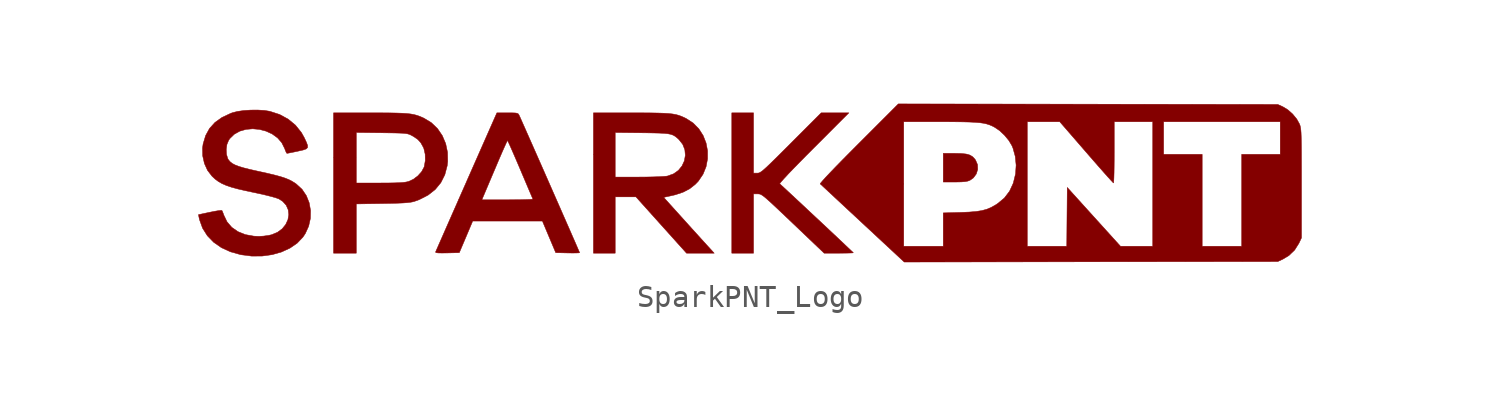
<source format=kicad_sym>
(kicad_symbol_lib
  (version 20241209)
  (generator "kicad_symbol_editor")
  (generator_version "9.0")
  (symbol "SparkPNT_Logo"
    (pin_names
      (offset 1.016))
    (property "Reference" "G"
      (at 0 4.445 0)
      (effects (font (size 1.27 1.27)) (hide yes)))
    (symbol "SparkPNT_Logo_0_0"
      (polyline (pts (xy -22.098 -3.311) (xy -21.642 -3.248) (xy -21.218 -3.127) (xy -20.836 -2.952) (xy -20.509 -2.727) (xy -20.248 -2.453) (xy -20.14 -2.291) (xy -19.988 -1.957) (xy -19.909 -1.604) (xy -19.902 -1.247) (xy -19.964 -0.898) (xy -20.094 -0.573) (xy -20.29 -0.283) (xy -20.551 -0.044) (xy -20.596 -0.013) (xy -20.733 0.074) (xy -20.881 0.151) (xy -21.05 0.22) (xy -21.255 0.287) (xy -21.509 0.356) (xy -21.825 0.432) (xy -22.216 0.519) (xy -22.259 0.528) (xy -22.629 0.611) (xy -22.922 0.684) (xy -23.149 0.752) (xy -23.322 0.818) (xy -23.451 0.886) (xy -23.546 0.961) (xy -23.619 1.045) (xy -23.656 1.108) (xy -23.713 1.301) (xy -23.725 1.525) (xy -23.694 1.747) (xy -23.617 1.934) (xy -23.561 2.016) (xy -23.358 2.213) (xy -23.108 2.351) (xy -22.826 2.431) (xy -22.524 2.457) (xy -22.217 2.429) (xy -21.918 2.35) (xy -21.641 2.222) (xy -21.398 2.046) (xy -21.206 1.825) (xy -21.075 1.562) (xy -21.046 1.482) (xy -21.003 1.382) (xy -20.973 1.343) (xy -20.941 1.348) (xy -20.835 1.368) (xy -20.676 1.4) (xy -20.483 1.44) (xy -20.441 1.45) (xy -20.233 1.497) (xy -20.101 1.544) (xy -20.038 1.607) (xy -20.037 1.703) (xy -20.09 1.847) (xy -20.188 2.056) (xy -20.317 2.287) (xy -20.584 2.62) (xy -20.915 2.894) (xy -21.305 3.106) (xy -21.752 3.251) (xy -21.996 3.29) (xy -22.295 3.308) (xy -22.617 3.306) (xy -22.934 3.285) (xy -23.218 3.244) (xy -23.442 3.187) (xy -23.524 3.157) (xy -23.919 2.971) (xy -24.236 2.745) (xy -24.481 2.474) (xy -24.658 2.152) (xy -24.772 1.775) (xy -24.799 1.587) (xy -24.792 1.231) (xy -24.714 0.886) (xy -24.572 0.572) (xy -24.369 0.309) (xy -24.361 0.301) (xy -24.223 0.174) (xy -24.079 0.067) (xy -23.915 -0.027) (xy -23.721 -0.111) (xy -23.485 -0.191) (xy -23.195 -0.27) (xy -22.84 -0.352) (xy -22.408 -0.443) (xy -22.166 -0.495) (xy -21.883 -0.561) (xy -21.638 -0.624) (xy -21.45 -0.68) (xy -21.333 -0.724) (xy -21.165 -0.832) (xy -21.006 -1.009) (xy -20.915 -1.216) (xy -20.89 -1.439) (xy -20.929 -1.665) (xy -21.029 -1.881) (xy -21.186 -2.075) (xy -21.399 -2.233) (xy -21.665 -2.344) (xy -21.809 -2.376) (xy -22.034 -2.407) (xy -22.247 -2.419) (xy -22.472 -2.409) (xy -22.858 -2.339) (xy -23.193 -2.205) (xy -23.472 -2.011) (xy -23.688 -1.76) (xy -23.835 -1.456) (xy -23.849 -1.414) (xy -23.891 -1.304) (xy -23.92 -1.246) (xy -23.968 -1.242) (xy -24.086 -1.255) (xy -24.256 -1.283) (xy -24.459 -1.324) (xy -24.657 -1.365) (xy -24.823 -1.401) (xy -24.937 -1.425) (xy -24.981 -1.433) (xy -24.981 -1.441) (xy -24.969 -1.509) (xy -24.945 -1.624) (xy -24.935 -1.666) (xy -24.797 -2.048) (xy -24.582 -2.389) (xy -24.297 -2.684) (xy -23.946 -2.929) (xy -23.535 -3.118) (xy -23.071 -3.248) (xy -23.056 -3.251) (xy -22.573 -3.313) (xy -22.098 -3.311)) (stroke (width 0.01) (type default)) (fill (type outline)))
      (polyline (pts (xy -17.829 -2.065) (xy -17.829 -0.949) (xy -16.631 -0.93) (xy -16.255 -0.923) (xy -15.952 -0.915) (xy -15.714 -0.905) (xy -15.531 -0.892) (xy -15.389 -0.876) (xy -15.279 -0.856) (xy -15.186 -0.831) (xy -14.973 -0.753) (xy -14.576 -0.55) (xy -14.25 -0.294) (xy -13.996 0.015) (xy -13.815 0.375) (xy -13.707 0.785) (xy -13.685 0.975) (xy -13.693 1.391) (xy -13.776 1.785) (xy -13.93 2.148) (xy -14.148 2.468) (xy -14.427 2.735) (xy -14.761 2.938) (xy -14.828 2.969) (xy -14.955 3.023) (xy -15.079 3.067) (xy -15.21 3.102) (xy -15.358 3.129) (xy -15.534 3.149) (xy -15.747 3.163) (xy -16.01 3.172) (xy -16.33 3.178) (xy -16.72 3.18) (xy -17.189 3.181) (xy -18.86 3.181) (xy -18.86 1.146) (xy -17.829 1.146) (xy -17.829 2.291) (xy -16.676 2.277) (xy -16.405 2.273) (xy -16.113 2.269) (xy -15.889 2.263) (xy -15.722 2.256) (xy -15.598 2.244) (xy -15.506 2.229) (xy -15.433 2.208) (xy -15.368 2.18) (xy -15.298 2.143) (xy -15.24 2.111) (xy -15.043 1.977) (xy -14.902 1.821) (xy -14.787 1.613) (xy -14.765 1.56) (xy -14.706 1.303) (xy -14.7 1.019) (xy -14.748 0.744) (xy -14.757 0.718) (xy -14.865 0.517) (xy -15.034 0.327) (xy -15.24 0.171) (xy -15.458 0.07) (xy -15.471 0.067) (xy -15.575 0.043) (xy -15.707 0.026) (xy -15.879 0.014) (xy -16.104 0.006) (xy -16.395 0.001) (xy -16.762 0) (xy -17.829 0) (xy -17.829 1.146) (xy -18.86 1.146) (xy -18.86 0) (xy -18.86 -3.181) (xy -18.345 -3.181) (xy -17.829 -3.181) (xy -17.829 -2.065)) (stroke (width 0.01) (type default)) (fill (type outline)))
      (polyline (pts (xy -13.707 -3.171) (xy -13.159 -3.158) (xy -12.855 -2.442) (xy -12.552 -1.725) (xy -10.972 -1.725) (xy -9.392 -1.725) (xy -9.09 -2.442) (xy -8.788 -3.158) (xy -8.246 -3.171) (xy -8.238 -3.171) (xy -8.03 -3.174) (xy -7.861 -3.172) (xy -7.747 -3.167) (xy -7.705 -3.159) (xy -7.711 -3.144) (xy -7.747 -3.06) (xy -7.814 -2.905) (xy -7.908 -2.688) (xy -8.027 -2.417) (xy -8.166 -2.098) (xy -8.323 -1.741) (xy -8.494 -1.352) (xy -8.675 -0.939) (xy -8.864 -0.51) (xy -9.056 -0.073) (xy -9.248 0.364) (xy -9.438 0.795) (xy -9.621 1.21) (xy -9.795 1.604) (xy -9.955 1.966) (xy -10.099 2.291) (xy -10.223 2.571) (xy -10.323 2.797) (xy -10.396 2.961) (xy -10.44 3.057) (xy -10.459 3.096) (xy -10.489 3.137) (xy -10.538 3.162) (xy -10.624 3.175) (xy -10.764 3.18) (xy -10.976 3.181) (xy -11.455 3.181) (xy -12.834 0.056) (xy -12.861 -0.007) (xy -13.081 -0.504) (xy -13.194 -0.762) (xy -12.137 -0.762) (xy -11.98 -0.392) (xy -11.958 -0.34) (xy -11.882 -0.161) (xy -11.782 0.076) (xy -11.665 0.352) (xy -11.538 0.65) (xy -11.411 0.951) (xy -11.335 1.129) (xy -11.224 1.385) (xy -11.127 1.604) (xy -11.05 1.775) (xy -10.997 1.886) (xy -10.974 1.925) (xy -10.965 1.914) (xy -10.926 1.833) (xy -10.858 1.685) (xy -10.767 1.48) (xy -10.657 1.227) (xy -10.531 0.935) (xy -10.395 0.616) (xy -10.322 0.443) (xy -10.191 0.135) (xy -10.074 -0.142) (xy -9.974 -0.377) (xy -9.896 -0.559) (xy -9.844 -0.68) (xy -9.823 -0.728) (xy -9.856 -0.736) (xy -9.968 -0.745) (xy -10.146 -0.751) (xy -10.381 -0.757) (xy -10.66 -0.76) (xy -10.971 -0.762) (xy -12.137 -0.762) (xy -13.194 -0.762) (xy -13.289 -0.978) (xy -13.485 -1.421) (xy -13.663 -1.826) (xy -13.823 -2.189) (xy -13.96 -2.502) (xy -14.073 -2.758) (xy -14.158 -2.952) (xy -14.213 -3.077) (xy -14.234 -3.126) (xy -14.233 -3.143) (xy -14.196 -3.161) (xy -14.103 -3.171) (xy -13.944 -3.174) (xy -13.707 -3.171)) (stroke (width 0.01) (type default)) (fill (type outline)))
      (polyline (pts (xy -6.092 -1.904) (xy -6.092 -0.627) (xy -5.623 -0.627) (xy -5.153 -0.627) (xy -4.006 -1.904) (xy -2.858 -3.181) (xy -2.231 -3.181) (xy -1.603 -3.181) (xy -1.961 -2.789) (xy -2.04 -2.701) (xy -2.204 -2.521) (xy -2.406 -2.298) (xy -2.633 -2.048) (xy -2.87 -1.785) (xy -3.106 -1.524) (xy -3.894 -0.651) (xy -3.534 -0.573) (xy -3.366 -0.534) (xy -3.013 -0.416) (xy -2.717 -0.262) (xy -2.461 -0.06) (xy -2.319 0.089) (xy -2.11 0.399) (xy -1.972 0.739) (xy -1.905 1.096) (xy -1.905 1.459) (xy -1.973 1.815) (xy -2.105 2.151) (xy -2.301 2.457) (xy -2.558 2.718) (xy -2.875 2.924) (xy -2.97 2.97) (xy -3.091 3.024) (xy -3.212 3.068) (xy -3.342 3.103) (xy -3.492 3.13) (xy -3.671 3.15) (xy -3.89 3.163) (xy -4.159 3.172) (xy -4.487 3.178) (xy -4.885 3.18) (xy -5.363 3.181) (xy -7.078 3.181) (xy -7.078 1.279) (xy -6.092 1.279) (xy -6.092 2.29) (xy -4.872 2.276) (xy -4.736 2.275) (xy -4.378 2.269) (xy -4.094 2.262) (xy -3.873 2.251) (xy -3.702 2.233) (xy -3.571 2.207) (xy -3.468 2.17) (xy -3.381 2.121) (xy -3.299 2.058) (xy -3.21 1.977) (xy -3.201 1.968) (xy -3.03 1.751) (xy -2.935 1.509) (xy -2.912 1.256) (xy -2.956 1.006) (xy -3.063 0.773) (xy -3.228 0.571) (xy -3.448 0.415) (xy -3.719 0.318) (xy -3.755 0.311) (xy -3.901 0.298) (xy -4.115 0.286) (xy -4.383 0.277) (xy -4.69 0.271) (xy -5.019 0.269) (xy -6.092 0.269) (xy -6.092 1.279) (xy -7.078 1.279) (xy -7.078 0) (xy -7.078 -3.181) (xy -6.585 -3.181) (xy -6.092 -3.181) (xy -6.092 -1.904)) (stroke (width 0.01) (type default)) (fill (type outline)))
      (polyline (pts (xy 0.179 -1.837) (xy 0.179 -0.493) (xy 0.37 -0.493) (xy 0.383 -0.494) (xy 0.429 -0.496) (xy 0.476 -0.506) (xy 0.529 -0.53) (xy 0.595 -0.572) (xy 0.681 -0.637) (xy 0.793 -0.733) (xy 0.937 -0.862) (xy 1.121 -1.032) (xy 1.35 -1.248) (xy 1.631 -1.514) (xy 1.97 -1.837) (xy 3.381 -3.181) (xy 4.042 -3.181) (xy 4.153 -3.18) (xy 4.371 -3.178) (xy 4.545 -3.174) (xy 4.662 -3.169) (xy 4.704 -3.162) (xy 4.683 -3.141) (xy 4.604 -3.065) (xy 4.473 -2.941) (xy 4.298 -2.775) (xy 4.085 -2.574) (xy 3.843 -2.346) (xy 3.579 -2.098) (xy 3.3 -1.837) (xy 3.014 -1.569) (xy 2.728 -1.302) (xy 2.451 -1.042) (xy 2.188 -0.797) (xy 1.949 -0.574) (xy 1.739 -0.379) (xy 1.568 -0.22) (xy 1.441 -0.103) (xy 1.367 -0.036) (xy 1.376 -0.015) (xy 1.44 0.066) (xy 1.562 0.203) (xy 1.738 0.393) (xy 1.965 0.63) (xy 2.239 0.911) (xy 2.556 1.233) (xy 2.913 1.591) (xy 4.502 3.181) (xy 3.874 3.181) (xy 3.247 3.181) (xy 1.881 1.814) (xy 1.596 1.529) (xy 1.314 1.248) (xy 1.084 1.021) (xy 0.899 0.841) (xy 0.753 0.703) (xy 0.64 0.602) (xy 0.554 0.532) (xy 0.487 0.487) (xy 0.435 0.461) (xy 0.391 0.45) (xy 0.347 0.448) (xy 0.179 0.448) (xy 0.179 1.814) (xy 0.179 3.181) (xy -0.314 3.181) (xy -0.806 3.181) (xy -0.806 0) (xy -0.806 -3.181) (xy -0.314 -3.181) (xy 0.179 -3.181) (xy 0.179 -1.837)) (stroke (width 0.01) (type default)) (fill (type outline)))
      (polyline (pts (xy 9.364 0.045) (xy 9.601 0.05) (xy 9.771 0.063) (xy 9.894 0.087) (xy 9.989 0.123) (xy 10.147 0.235) (xy 10.277 0.411) (xy 10.341 0.617) (xy 10.333 0.832) (xy 10.246 1.035) (xy 10.209 1.088) (xy 10.107 1.195) (xy 9.983 1.268) (xy 9.819 1.314) (xy 9.599 1.337) (xy 9.307 1.344) (xy 8.78 1.344) (xy 8.78 0.694) (xy 8.78 0.045) (xy 9.307 0.045) (xy 9.364 0.045)) (stroke (width 0.01) (type default)) (fill (type outline)))
      (polyline (pts (xy 15.477 -3.571) (xy 23.944 -3.561) (xy 24.191 -3.444) (xy 24.448 -3.289) (xy 24.708 -3.04) (xy 24.902 -2.733) (xy 25.019 -2.486) (xy 25.019 -0.022) (xy 25.019 0.016) (xy 25.019 0.545) (xy 25.018 0.993) (xy 25.017 1.366) (xy 25.015 1.673) (xy 25.011 1.922) (xy 25.006 2.12) (xy 25 2.275) (xy 24.991 2.394) (xy 24.98 2.485) (xy 24.967 2.555) (xy 24.952 2.613) (xy 24.933 2.665) (xy 24.928 2.677) (xy 24.802 2.903) (xy 24.617 3.127) (xy 24.4 3.32) (xy 24.177 3.456) (xy 23.944 3.561) (xy 15.343 3.573) (xy 6.742 3.585) (xy 4.951 1.793) (xy 4.617 1.458) (xy 4.243 1.08) (xy 3.923 0.753) (xy 3.66 0.48) (xy 3.455 0.263) (xy 3.31 0.102) (xy 3.225 0.001) (xy 3.204 -0.041) (xy 3.208 -0.045) (xy 6.988 -0.045) (xy 6.988 2.777) (xy 8.657 2.777) (xy 8.833 2.777) (xy 9.288 2.775) (xy 9.667 2.771) (xy 9.979 2.763) (xy 10.234 2.75) (xy 10.442 2.732) (xy 10.613 2.708) (xy 10.756 2.675) (xy 10.881 2.634) (xy 10.999 2.584) (xy 11.117 2.522) (xy 11.338 2.371) (xy 11.561 2.16) (xy 11.756 1.923) (xy 11.895 1.689) (xy 11.941 1.577) (xy 12.043 1.207) (xy 12.083 0.809) (xy 12.058 0.417) (xy 11.955 -0.005) (xy 11.937 -0.045) (xy 12.588 -0.045) (xy 12.588 2.777) (xy 13.325 2.777) (xy 14.061 2.777) (xy 15.262 1.392) (xy 15.374 1.263) (xy 15.627 0.972) (xy 15.86 0.706) (xy 16.066 0.473) (xy 16.239 0.278) (xy 16.373 0.131) (xy 16.461 0.036) (xy 16.497 0.003) (xy 16.5 0.012) (xy 16.509 0.093) (xy 16.516 0.247) (xy 16.522 0.465) (xy 16.526 0.735) (xy 16.529 1.046) (xy 16.53 1.389) (xy 16.53 2.777) (xy 17.404 2.777) (xy 18.277 2.777) (xy 18.277 1.299) (xy 18.77 1.299) (xy 18.77 2.038) (xy 18.77 2.777) (xy 21.413 2.777) (xy 24.056 2.777) (xy 24.056 2.038) (xy 24.056 1.299) (xy 23.183 1.299) (xy 22.309 1.299) (xy 22.309 -0.784) (xy 22.309 -2.867) (xy 21.413 -2.867) (xy 20.517 -2.867) (xy 20.517 -0.784) (xy 20.517 1.299) (xy 19.643 1.299) (xy 18.77 1.299) (xy 18.277 1.299) (xy 18.277 -0.045) (xy 18.277 -2.867) (xy 17.546 -2.867) (xy 16.814 -2.867) (xy 15.608 -1.535) (xy 14.402 -0.202) (xy 14.39 -1.535) (xy 14.379 -2.867) (xy 13.483 -2.867) (xy 12.588 -2.867) (xy 12.588 -0.045) (xy 11.937 -0.045) (xy 11.786 -0.371) (xy 11.55 -0.68) (xy 11.244 -0.933) (xy 11.139 -1.001) (xy 10.944 -1.11) (xy 10.745 -1.192) (xy 10.526 -1.251) (xy 10.27 -1.291) (xy 9.959 -1.317) (xy 9.575 -1.333) (xy 8.78 -1.355) (xy 8.78 -2.111) (xy 8.78 -2.867) (xy 7.884 -2.867) (xy 6.988 -2.867) (xy 6.988 -0.045) (xy 3.208 -0.045) (xy 3.23 -0.065) (xy 3.317 -0.146) (xy 3.458 -0.278) (xy 3.649 -0.456) (xy 3.883 -0.674) (xy 4.154 -0.926) (xy 4.456 -1.207) (xy 4.783 -1.511) (xy 5.129 -1.833) (xy 7.011 -3.582) (xy 15.477 -3.571)) (stroke (width 0.01) (type default)) (fill (type outline))))))
</source>
